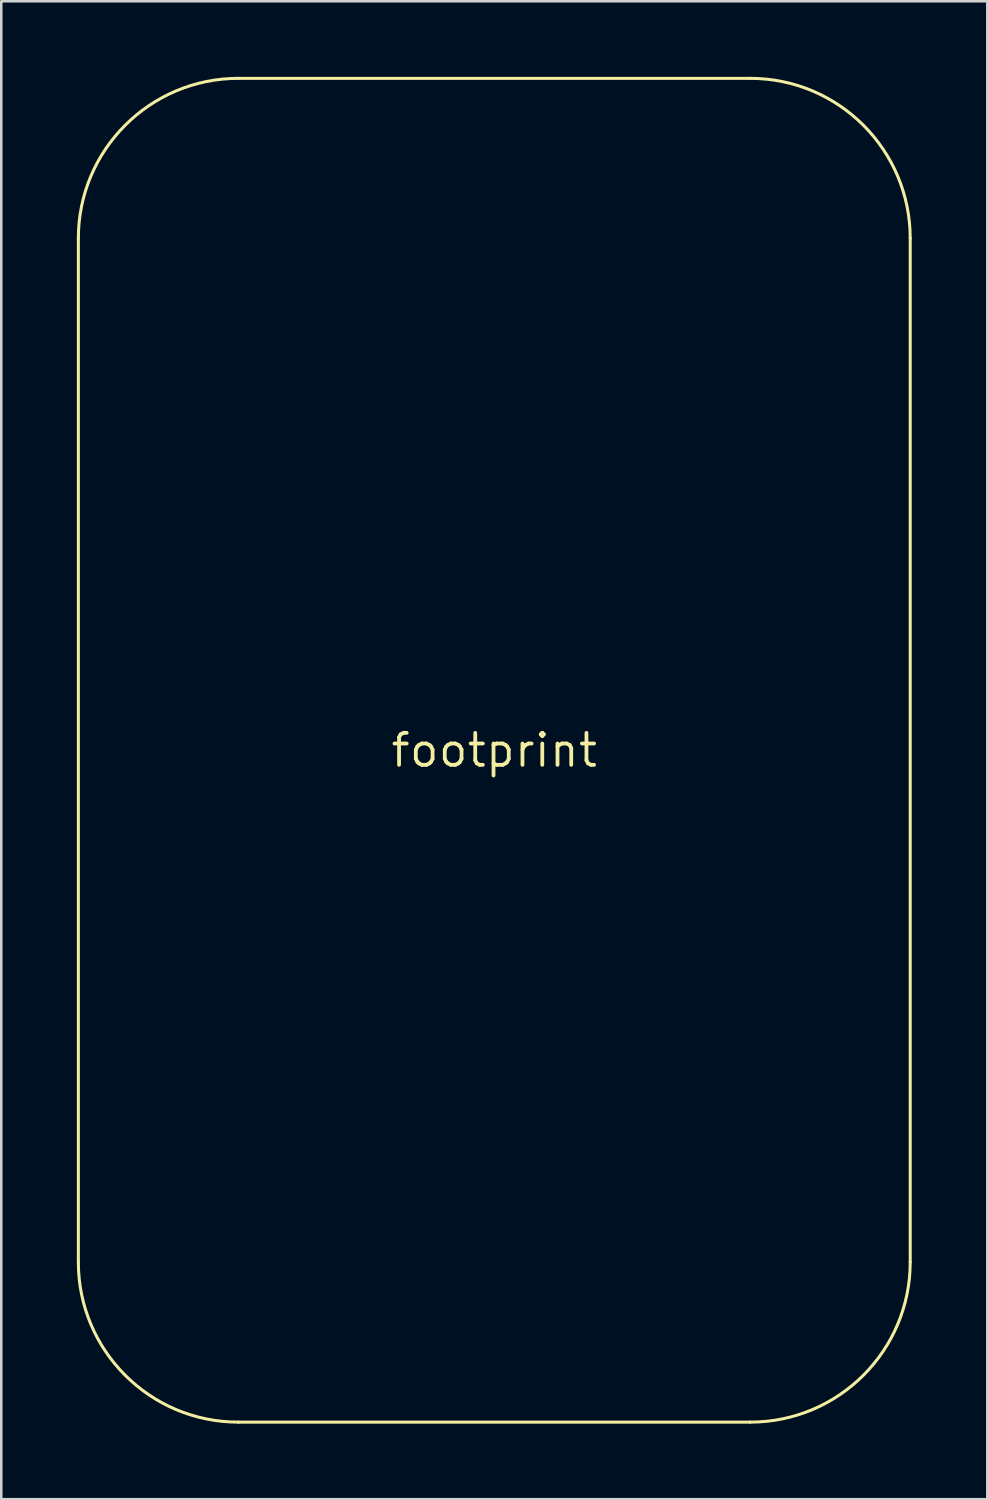
<source format=kicad_pcb>
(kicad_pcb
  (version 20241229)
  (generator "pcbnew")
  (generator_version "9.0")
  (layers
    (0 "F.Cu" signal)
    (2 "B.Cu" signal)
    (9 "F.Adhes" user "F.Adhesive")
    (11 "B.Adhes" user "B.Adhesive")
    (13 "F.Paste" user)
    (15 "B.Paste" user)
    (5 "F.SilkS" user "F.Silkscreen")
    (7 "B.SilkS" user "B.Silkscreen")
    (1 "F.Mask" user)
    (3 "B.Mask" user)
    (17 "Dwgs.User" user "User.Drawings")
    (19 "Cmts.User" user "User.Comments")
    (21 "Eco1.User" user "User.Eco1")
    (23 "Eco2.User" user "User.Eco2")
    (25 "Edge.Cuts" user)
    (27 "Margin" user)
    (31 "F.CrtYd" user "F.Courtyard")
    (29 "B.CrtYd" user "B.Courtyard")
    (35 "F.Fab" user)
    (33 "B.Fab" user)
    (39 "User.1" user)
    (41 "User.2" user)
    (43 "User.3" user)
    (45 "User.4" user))
  (footprint "footprint"
    (layer "F.Cu")
    (at 16.57 26.73)
    (property "Reference" "footprint" (at 0 0 0) (layer "F.SilkS") (effects (font (size 1.27 1.27) (thickness 0.15))))
    (fp_line (start -16.51 20.32) (end -16.51 -20.32) (stroke (width 0.12) (type solid)) (layer "F.SilkS"))
    (fp_line (start -10.16 -26.67) (end 10.16 -26.67) (stroke (width 0.12) (type solid)) (layer "F.SilkS"))
    (fp_line (start 10.16 26.67) (end -10.16 26.67) (stroke (width 0.12) (type solid)) (layer "F.SilkS"))
    (fp_line (start 16.51 -20.32) (end 16.51 20.32) (stroke (width 0.12) (type solid)) (layer "F.SilkS"))
    (fp_arc (start -16.51 -20.32) (mid -14.650128 -24.810128) (end -10.16 -26.67) (stroke (width 0.12) (type solid)) (layer "F.SilkS"))
    (fp_arc (start -10.16 26.67) (mid -14.650128 24.810128) (end -16.51 20.32) (stroke (width 0.12) (type solid)) (layer "F.SilkS"))
    (fp_arc (start 10.16 -26.67) (mid 14.650128 -24.810128) (end 16.51 -20.32) (stroke (width 0.12) (type solid)) (layer "F.SilkS"))
    (fp_arc (start 16.51 20.32) (mid 14.650128 24.810128) (end 10.16 26.67) (stroke (width 0.12) (type solid)) (layer "F.SilkS")))
  (gr_rect
    (start -3 -3)
    (end 36.14 56.46)
    (stroke (width 0.1) (type default))
    (fill no)
    (layer "Edge.Cuts")))
</source>
